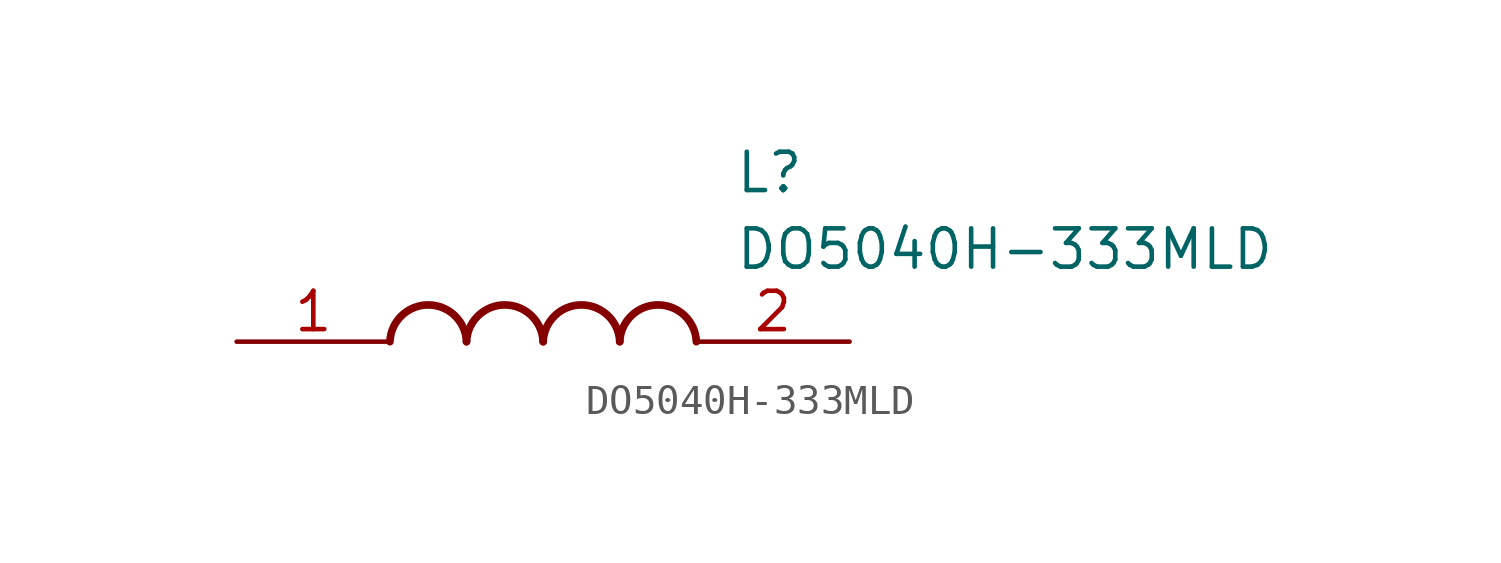
<source format=kicad_sym>
(kicad_symbol_lib
  (version 20211014)
  (generator SamacSys_ECAD_Model)
  (symbol "DO5040H-333MLD"
    (pin_names hide)
    (property "Reference" "L"
      (at 16.51 6.35 0)
      (effects (font (size 1.27 1.27)) (justify left top)))
    (property "Value" "DO5040H-333MLD"
      (at 16.51 3.81 0)
      (effects (font (size 1.27 1.27)) (justify left top)))
    (arc
      (start 7.62 0)
      (mid 6.35 1.219)
      (end 5.08 0)
      (stroke (width 0.254) (type default))
      (fill (type none)))
    (arc
      (start 10.16 0)
      (mid 8.89 1.219)
      (end 7.62 0)
      (stroke (width 0.254) (type default))
      (fill (type none)))
    (arc
      (start 12.7 0)
      (mid 11.43 1.219)
      (end 10.16 0)
      (stroke (width 0.254) (type default))
      (fill (type none)))
    (arc
      (start 15.24 0)
      (mid 13.97 1.219)
      (end 12.7 0)
      (stroke (width 0.254) (type default))
      (fill (type none)))
    (pin passive line
      (at 0 0 0)
      (length 5.08)
      (name "1" (effects (font (size 1.27 1.27))))
      (number "1" (effects (font (size 1.27 1.27)))))
    (pin passive line
      (at 20.32 0 180)
      (length 5.08)
      (name "2" (effects (font (size 1.27 1.27))))
      (number "2" (effects (font (size 1.27 1.27)))))))
</source>
